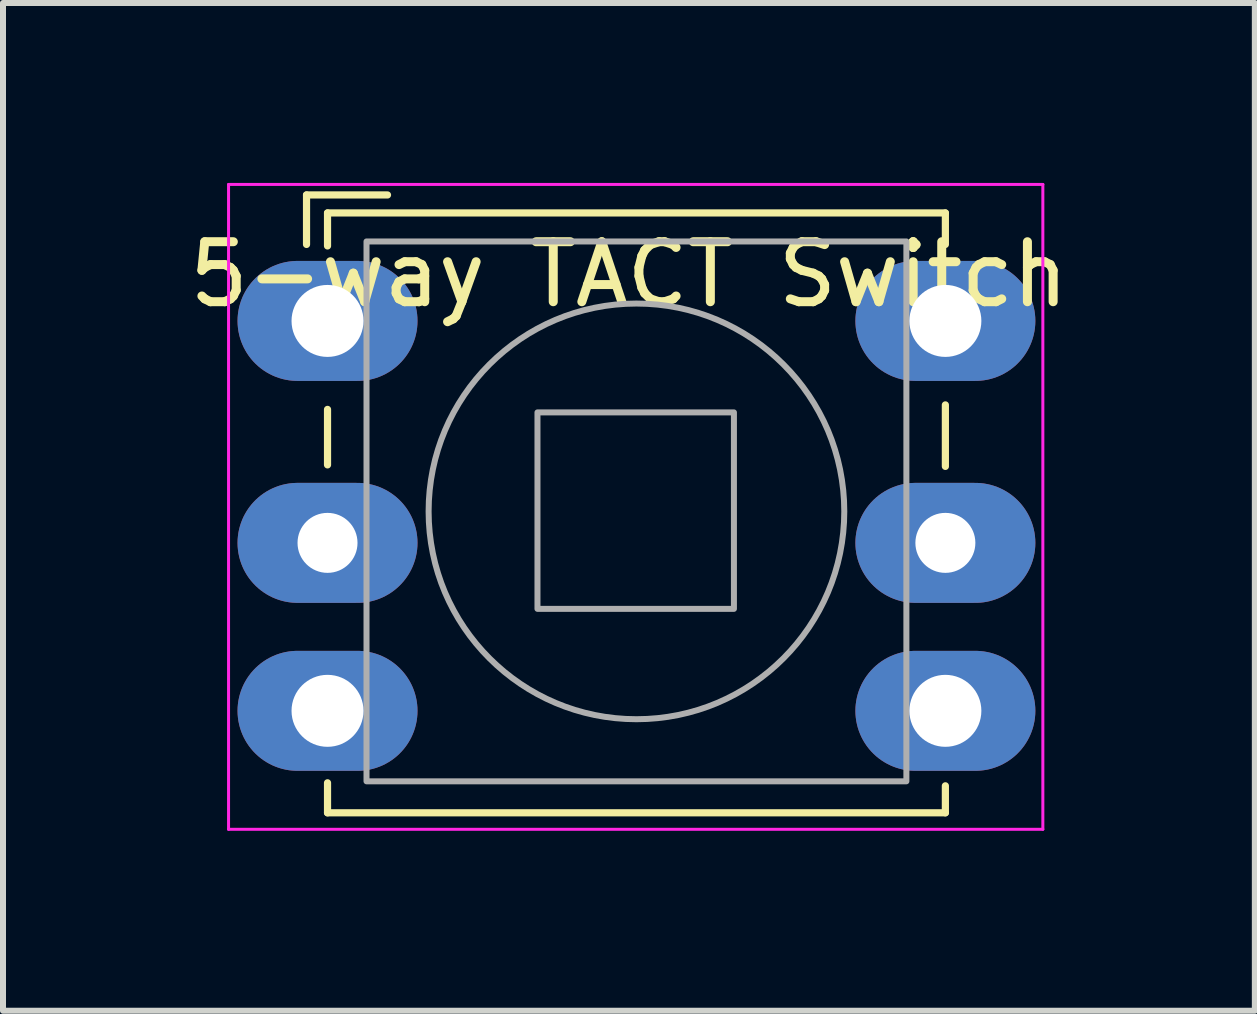
<source format=kicad_pcb>
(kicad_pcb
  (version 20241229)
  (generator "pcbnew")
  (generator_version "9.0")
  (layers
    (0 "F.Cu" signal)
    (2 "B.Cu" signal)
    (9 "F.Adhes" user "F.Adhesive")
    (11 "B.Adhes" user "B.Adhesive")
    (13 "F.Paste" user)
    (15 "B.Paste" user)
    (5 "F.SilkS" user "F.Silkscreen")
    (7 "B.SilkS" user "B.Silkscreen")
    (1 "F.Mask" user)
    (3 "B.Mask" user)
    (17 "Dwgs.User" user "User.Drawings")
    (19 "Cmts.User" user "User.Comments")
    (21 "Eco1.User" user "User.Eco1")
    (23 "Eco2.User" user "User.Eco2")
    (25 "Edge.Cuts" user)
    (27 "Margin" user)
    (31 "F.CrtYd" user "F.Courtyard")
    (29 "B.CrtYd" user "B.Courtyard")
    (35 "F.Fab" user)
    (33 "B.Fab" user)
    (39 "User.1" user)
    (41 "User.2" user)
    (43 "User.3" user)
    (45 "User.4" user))
  (footprint "5-way TACT Switch"
    (layer "F.Cu")
    (at 7.435 5.525)
    (property "Reference" "5-way TACT Switch" (at 0 -4 0) (unlocked yes) (layer "F.SilkS") (effects (font (size 1 1) (thickness 0.15))))
    (attr through_hole)
    (fp_line (start -5.375 -5.325) (end -4.025 -5.325) (stroke (width 0.12) (type default)) (layer "F.SilkS"))
    (fp_line (start -5.375 -4.5) (end -5.375 -5.325) (stroke (width 0.12) (type default)) (layer "F.SilkS"))
    (fp_line (start -5.025 -5.025) (end -5.025 -4.475) (stroke (width 0.12) (type default)) (layer "F.SilkS"))
    (fp_line (start -5.025 -5.025) (end 5.275 -5.025) (stroke (width 0.12) (type default)) (layer "F.SilkS"))
    (fp_line (start -5.025 -1.75) (end -5.025 -0.825) (stroke (width 0.12) (type default)) (layer "F.SilkS"))
    (fp_line (start -5.025 4.975) (end -5.025 4.475) (stroke (width 0.12) (type default)) (layer "F.SilkS"))
    (fp_line (start -5.025 4.975) (end 5.275 4.975) (stroke (width 0.12) (type default)) (layer "F.SilkS"))
    (fp_line (start 5.275 -5.025) (end 5.275 -4.5) (stroke (width 0.12) (type default)) (layer "F.SilkS"))
    (fp_line (start 5.275 -1.825) (end 5.275 -0.8) (stroke (width 0.12) (type default)) (layer "F.SilkS"))
    (fp_line (start 5.275 4.975) (end 5.275 4.525) (stroke (width 0.12) (type default)) (layer "F.SilkS"))
    (fp_line (start -6.675 -5.5) (end 6.9 -5.5) (stroke (width 0.05) (type default)) (layer "F.CrtYd"))
    (fp_line (start -6.675 5.25) (end -6.675 -5.5) (stroke (width 0.05) (type default)) (layer "F.CrtYd"))
    (fp_line (start 6.9 -5.5) (end 6.9 5.25) (stroke (width 0.05) (type default)) (layer "F.CrtYd"))
    (fp_line (start 6.9 5.25) (end -6.675 5.25) (stroke (width 0.05) (type default)) (layer "F.CrtYd"))
    (fp_rect (start -4.375 -4.55) (end 4.625 4.45) (stroke (width 0.1) (type default)) (fill no) (layer "F.Fab"))
    (fp_rect (start -1.525 -1.7) (end 1.75 1.575) (stroke (width 0.1) (type default)) (fill no) (layer "F.Fab"))
    (fp_circle (center 0.125 -0.05) (end 2.575 2.4) (stroke (width 0.1) (type default)) (fill no) (layer "F.Fab"))
    (pad "1" thru_hole oval (at -5.025 -3.225) (size 3 2) (drill 1.2) (layers "*.Cu" "*.Mask"))
    (pad "2" thru_hole oval (at -5.025 0.475) (size 3 2) (drill 1) (layers "*.Cu" "*.Mask"))
    (pad "3" thru_hole oval (at -5.025 3.275) (size 3 2) (drill 1.2) (layers "*.Cu" "*.Mask"))
    (pad "4" thru_hole oval (at 5.275 3.275) (size 3 2) (drill 1.2) (layers "*.Cu" "*.Mask"))
    (pad "5" thru_hole oval (at 5.275 0.475) (size 3 2) (drill 1) (layers "*.Cu" "*.Mask"))
    (pad "6" thru_hole oval (at 5.275 -3.225) (size 3 2) (drill 1.2) (layers "*.Cu" "*.Mask")))
  (gr_rect
    (start -3 -3)
    (end 17.869 13.8)
    (stroke (width 0.1) (type default))
    (fill no)
    (layer "Edge.Cuts")))
</source>
